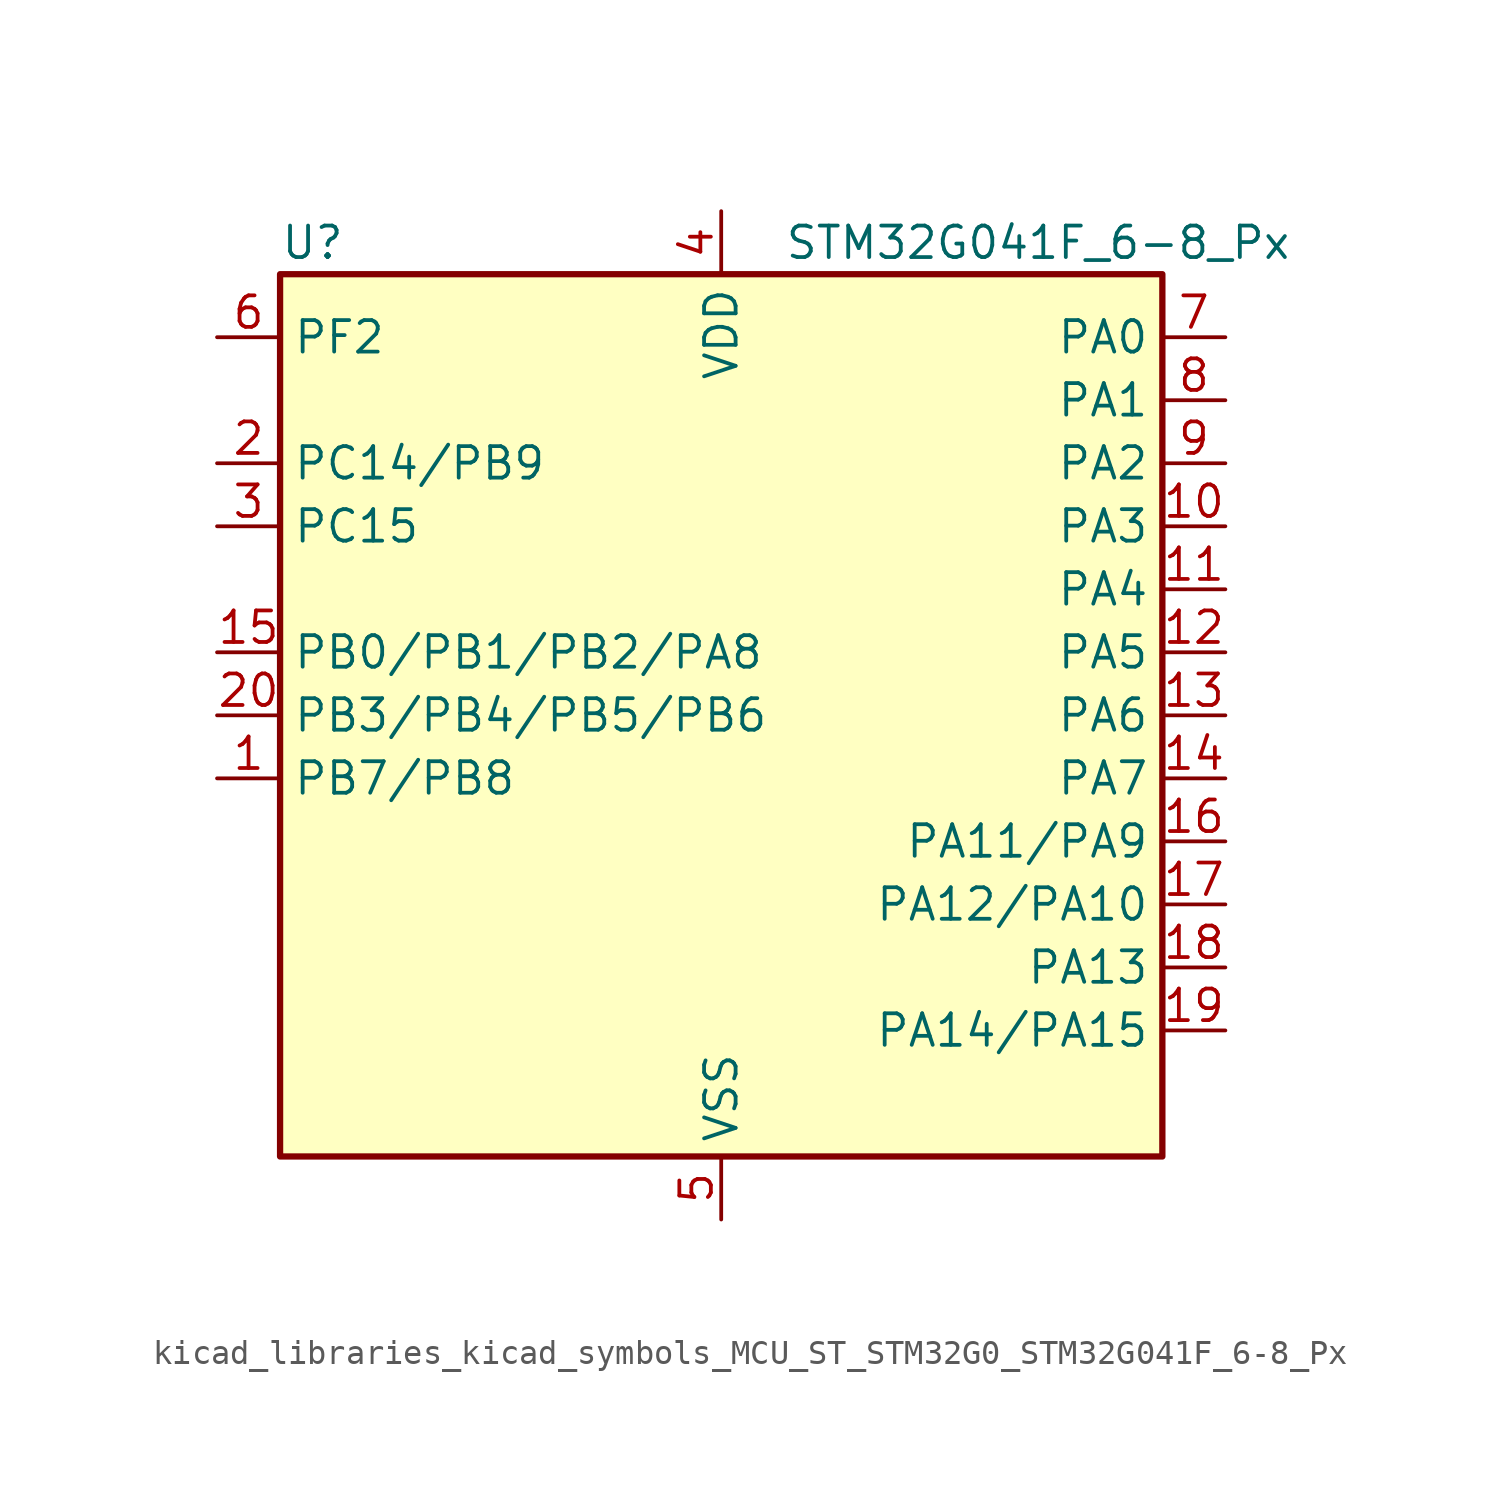
<source format=kicad_sym>
(kicad_symbol_lib
  (version 20220914)
  (generator kicad_symbol_editor)
  (symbol "kicad_libraries_kicad_symbols_MCU_ST_STM32G0_STM32G041F_6-8_Px"
    (property "Reference" "U"
      (at -17.78 19.05 0)
      (effects (font (size 1.27 1.27)) (justify left)))
    (property "Value" "STM32G041F_6-8_Px"
      (at 2.54 19.05 0)
      (effects (font (size 1.27 1.27)) (justify left)))
    (property "ki_locked" ""
      (at 0 0 0)
      (effects (font (size 1.27 1.27))))
    (symbol "kicad_libraries_kicad_symbols_MCU_ST_STM32G0_STM32G041F_6-8_Px_0_1"
      (rectangle (start -17.78 -17.78) (end 17.78 17.78) (stroke (width 0.254) (type default)) (fill (type background))))
    (symbol "kicad_libraries_kicad_symbols_MCU_ST_STM32G0_STM32G041F_6-8_Px_1_1"
      (pin bidirectional line (at -20.32 -2.54 0) (length 2.54) (name "PB7/PB8" (effects (font (size 1.27 1.27)))) (number "1" (effects (font (size 1.27 1.27)))) (alternate "ADC1_IN11" bidirectional line) (alternate "I2C1_SDA" bidirectional line) (alternate "LPTIM1_IN2" bidirectional line) (alternate "SPI2_MOSI" bidirectional line) (alternate "SYS_PVD_IN" bidirectional line) (alternate "TIM17_CH1N" bidirectional line) (alternate "USART1_RX" bidirectional line))
      (pin bidirectional line (at 20.32 7.62 180) (length 2.54) (name "PA3" (effects (font (size 1.27 1.27)))) (number "10" (effects (font (size 1.27 1.27)))) (alternate "ADC1_IN3" bidirectional line) (alternate "LPUART1_RX" bidirectional line) (alternate "SPI2_MISO" bidirectional line) (alternate "TIM2_CH4" bidirectional line) (alternate "USART2_RX" bidirectional line))
      (pin bidirectional line (at 20.32 5.08 180) (length 2.54) (name "PA4" (effects (font (size 1.27 1.27)))) (number "11" (effects (font (size 1.27 1.27)))) (alternate "ADC1_IN4" bidirectional line) (alternate "I2S1_WS" bidirectional line) (alternate "LPTIM2_OUT" bidirectional line) (alternate "RTC_OUT_ALARM" bidirectional line) (alternate "RTC_OUT_CALIB" bidirectional line) (alternate "RTC_TAMP_IN1" bidirectional line) (alternate "RTC_TS" bidirectional line) (alternate "SPI1_NSS" bidirectional line) (alternate "SPI2_MOSI" bidirectional line) (alternate "SYS_WKUP2" bidirectional line) (alternate "TIM14_CH1" bidirectional line))
      (pin bidirectional line (at 20.32 2.54 180) (length 2.54) (name "PA5" (effects (font (size 1.27 1.27)))) (number "12" (effects (font (size 1.27 1.27)))) (alternate "ADC1_IN5" bidirectional line) (alternate "I2S1_CK" bidirectional line) (alternate "LPTIM2_ETR" bidirectional line) (alternate "SPI1_SCK" bidirectional line) (alternate "TIM2_CH1" bidirectional line) (alternate "TIM2_ETR" bidirectional line))
      (pin bidirectional line (at 20.32 0 180) (length 2.54) (name "PA6" (effects (font (size 1.27 1.27)))) (number "13" (effects (font (size 1.27 1.27)))) (alternate "ADC1_IN6" bidirectional line) (alternate "I2S1_MCK" bidirectional line) (alternate "LPUART1_CTS" bidirectional line) (alternate "SPI1_MISO" bidirectional line) (alternate "TIM16_CH1" bidirectional line) (alternate "TIM1_BK" bidirectional line) (alternate "TIM3_CH1" bidirectional line))
      (pin bidirectional line (at 20.32 -2.54 180) (length 2.54) (name "PA7" (effects (font (size 1.27 1.27)))) (number "14" (effects (font (size 1.27 1.27)))) (alternate "ADC1_IN7" bidirectional line) (alternate "I2S1_SD" bidirectional line) (alternate "SPI1_MOSI" bidirectional line) (alternate "TIM14_CH1" bidirectional line) (alternate "TIM17_CH1" bidirectional line) (alternate "TIM1_CH1N" bidirectional line) (alternate "TIM3_CH2" bidirectional line))
      (pin bidirectional line (at -20.32 2.54 0) (length 2.54) (name "PB0/PB1/PB2/PA8" (effects (font (size 1.27 1.27)))) (number "15" (effects (font (size 1.27 1.27)))) (alternate "ADC1_IN8" bidirectional line) (alternate "I2S1_WS" bidirectional line) (alternate "LPTIM1_OUT" bidirectional line) (alternate "SPI1_NSS" bidirectional line) (alternate "TIM1_CH2N" bidirectional line) (alternate "TIM3_CH3" bidirectional line))
      (pin bidirectional line (at 20.32 -5.08 180) (length 2.54) (name "PA11/PA9" (effects (font (size 1.27 1.27)))) (number "16" (effects (font (size 1.27 1.27)))) (alternate "ADC1_EXTI11" bidirectional line) (alternate "ADC1_IN15" bidirectional line) (alternate "I2C2_SCL" bidirectional line) (alternate "I2S1_MCK" bidirectional line) (alternate "SPI1_MISO" bidirectional line) (alternate "TIM1_BK2" bidirectional line) (alternate "TIM1_CH4" bidirectional line) (alternate "USART1_CTS" bidirectional line) (alternate "USART1_NSS" bidirectional line))
      (pin bidirectional line (at 20.32 -7.62 180) (length 2.54) (name "PA12/PA10" (effects (font (size 1.27 1.27)))) (number "17" (effects (font (size 1.27 1.27)))) (alternate "ADC1_IN16" bidirectional line) (alternate "I2C2_SDA" bidirectional line) (alternate "I2S1_SD" bidirectional line) (alternate "I2S_CKIN" bidirectional line) (alternate "SPI1_MOSI" bidirectional line) (alternate "TIM1_ETR" bidirectional line) (alternate "USART1_CK" bidirectional line) (alternate "USART1_DE" bidirectional line) (alternate "USART1_RTS" bidirectional line))
      (pin bidirectional line (at 20.32 -10.16 180) (length 2.54) (name "PA13" (effects (font (size 1.27 1.27)))) (number "18" (effects (font (size 1.27 1.27)))) (alternate "ADC1_IN17" bidirectional line) (alternate "IR_OUT" bidirectional line) (alternate "SYS_SWDIO" bidirectional line))
      (pin bidirectional line (at 20.32 -12.7 180) (length 2.54) (name "PA14/PA15" (effects (font (size 1.27 1.27)))) (number "19" (effects (font (size 1.27 1.27)))) (alternate "ADC1_IN18" bidirectional line) (alternate "SYS_SWCLK" bidirectional line) (alternate "USART2_TX" bidirectional line))
      (pin bidirectional line (at -20.32 10.16 0) (length 2.54) (name "PC14/PB9" (effects (font (size 1.27 1.27)))) (number "2" (effects (font (size 1.27 1.27)))) (alternate "RCC_OSC32_IN" bidirectional line) (alternate "RCC_OSC_IN" bidirectional line) (alternate "TIM1_BK2" bidirectional line))
      (pin bidirectional line (at -20.32 0 0) (length 2.54) (name "PB3/PB4/PB5/PB6" (effects (font (size 1.27 1.27)))) (number "20" (effects (font (size 1.27 1.27)))) (alternate "I2S1_CK" bidirectional line) (alternate "SPI1_SCK" bidirectional line) (alternate "TIM1_CH2" bidirectional line) (alternate "TIM2_CH2" bidirectional line) (alternate "USART1_CK" bidirectional line) (alternate "USART1_DE" bidirectional line) (alternate "USART1_RTS" bidirectional line))
      (pin bidirectional line (at -20.32 7.62 0) (length 2.54) (name "PC15" (effects (font (size 1.27 1.27)))) (number "3" (effects (font (size 1.27 1.27)))) (alternate "RCC_OSC32_EN" bidirectional line) (alternate "RCC_OSC32_OUT" bidirectional line) (alternate "RCC_OSC_EN" bidirectional line))
      (pin power_in line (at 0 20.32 270) (length 2.54) (name "VDD" (effects (font (size 1.27 1.27)))) (number "4" (effects (font (size 1.27 1.27)))))
      (pin power_in line (at 0 -20.32 90) (length 2.54) (name "VSS" (effects (font (size 1.27 1.27)))) (number "5" (effects (font (size 1.27 1.27)))))
      (pin bidirectional line (at -20.32 15.24 0) (length 2.54) (name "PF2" (effects (font (size 1.27 1.27)))) (number "6" (effects (font (size 1.27 1.27)))) (alternate "RCC_MCO" bidirectional line))
      (pin bidirectional line (at 20.32 15.24 180) (length 2.54) (name "PA0" (effects (font (size 1.27 1.27)))) (number "7" (effects (font (size 1.27 1.27)))) (alternate "ADC1_IN0" bidirectional line) (alternate "LPTIM1_OUT" bidirectional line) (alternate "RTC_TAMP_IN2" bidirectional line) (alternate "SPI2_SCK" bidirectional line) (alternate "SYS_WKUP1" bidirectional line) (alternate "TIM2_CH1" bidirectional line) (alternate "TIM2_ETR" bidirectional line) (alternate "USART2_CTS" bidirectional line) (alternate "USART2_NSS" bidirectional line))
      (pin bidirectional line (at 20.32 12.7 180) (length 2.54) (name "PA1" (effects (font (size 1.27 1.27)))) (number "8" (effects (font (size 1.27 1.27)))) (alternate "ADC1_IN1" bidirectional line) (alternate "I2C1_SMBA" bidirectional line) (alternate "I2S1_CK" bidirectional line) (alternate "SPI1_SCK" bidirectional line) (alternate "TIM2_CH2" bidirectional line) (alternate "USART2_CK" bidirectional line) (alternate "USART2_DE" bidirectional line) (alternate "USART2_RTS" bidirectional line))
      (pin bidirectional line (at 20.32 10.16 180) (length 2.54) (name "PA2" (effects (font (size 1.27 1.27)))) (number "9" (effects (font (size 1.27 1.27)))) (alternate "ADC1_IN2" bidirectional line) (alternate "I2S1_SD" bidirectional line) (alternate "LPUART1_TX" bidirectional line) (alternate "RCC_LSCO" bidirectional line) (alternate "SPI1_MOSI" bidirectional line) (alternate "SYS_WKUP4" bidirectional line) (alternate "TIM2_CH3" bidirectional line) (alternate "USART2_TX" bidirectional line)))))
</source>
